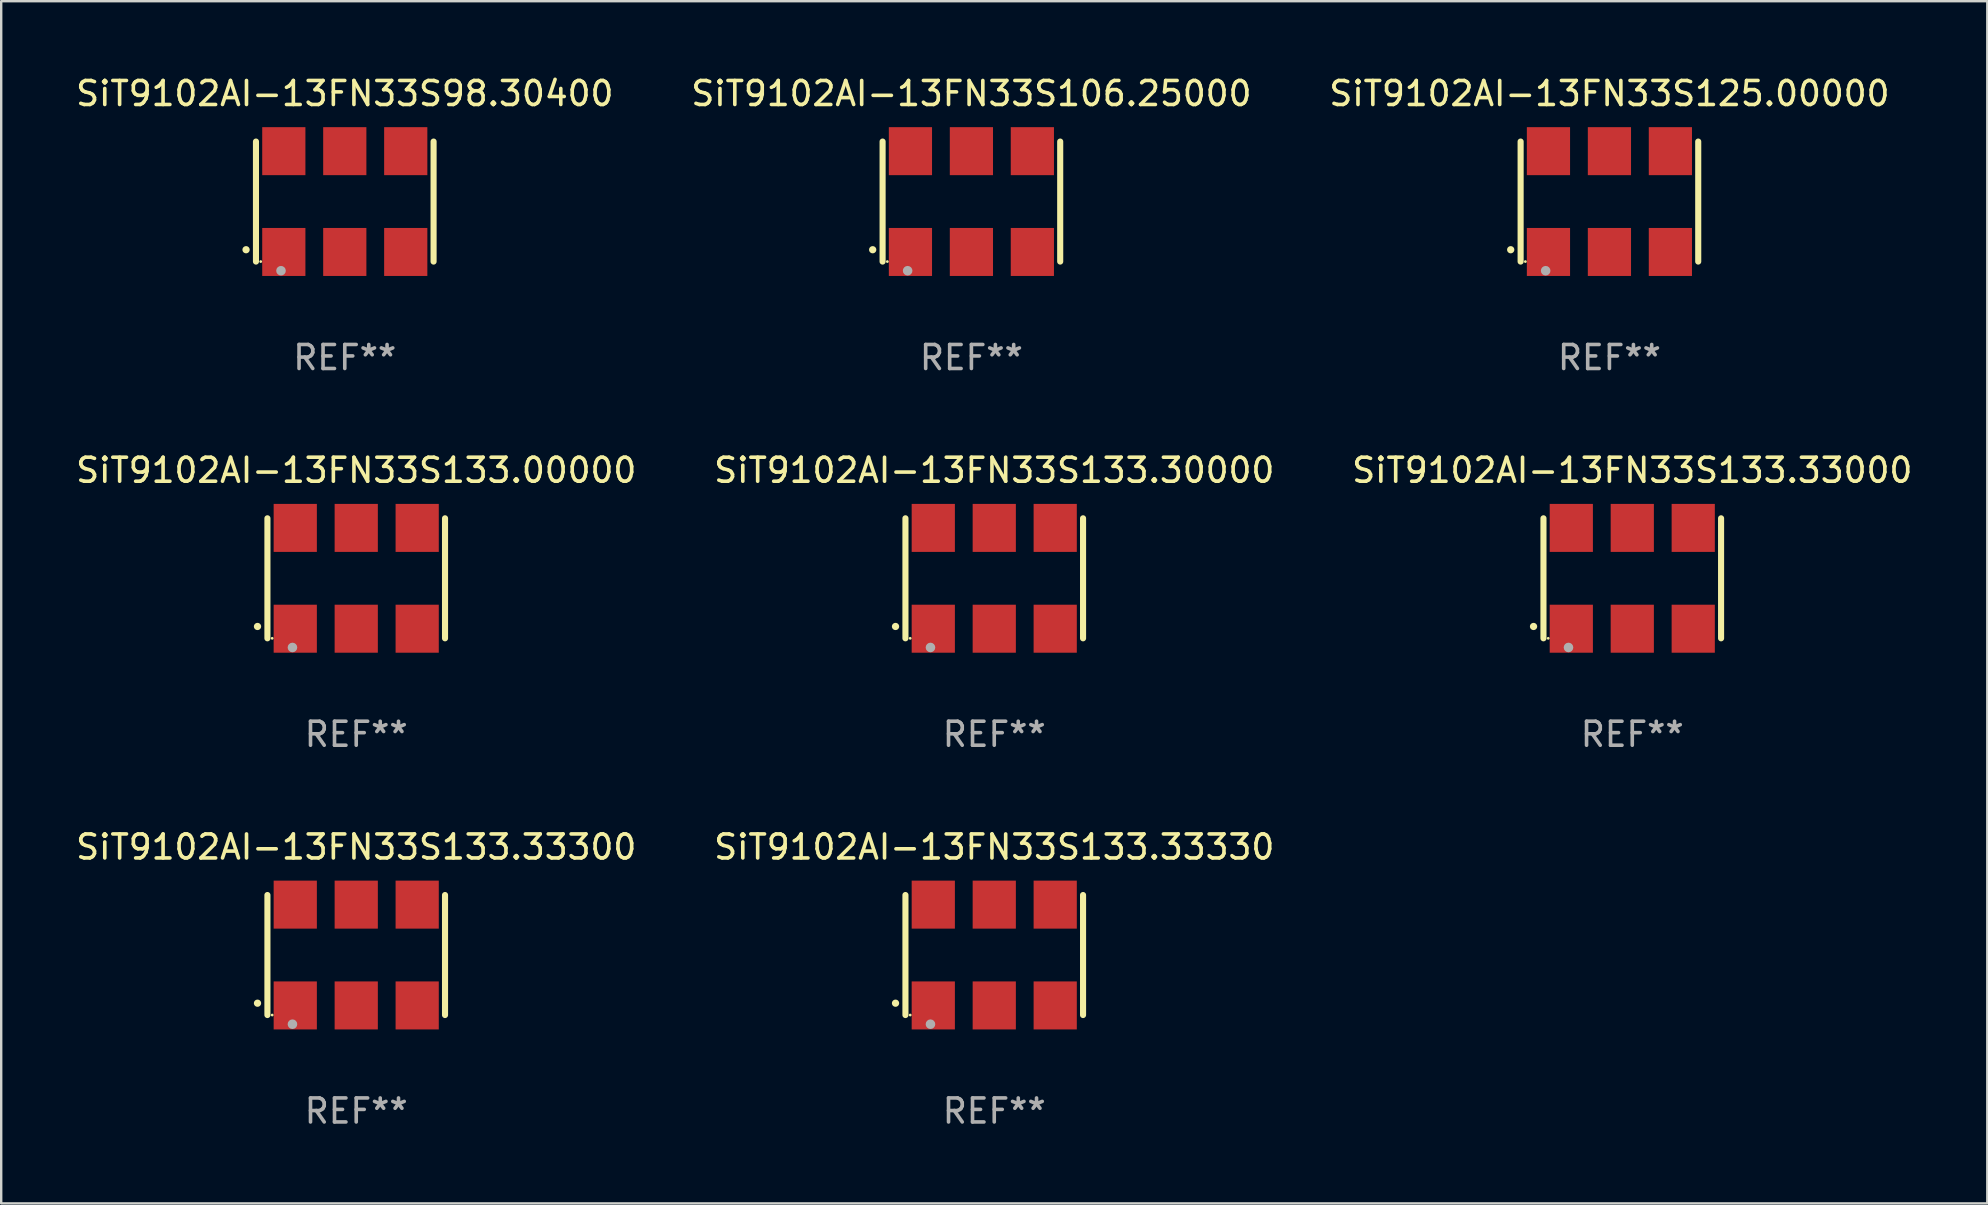
<source format=kicad_pcb>
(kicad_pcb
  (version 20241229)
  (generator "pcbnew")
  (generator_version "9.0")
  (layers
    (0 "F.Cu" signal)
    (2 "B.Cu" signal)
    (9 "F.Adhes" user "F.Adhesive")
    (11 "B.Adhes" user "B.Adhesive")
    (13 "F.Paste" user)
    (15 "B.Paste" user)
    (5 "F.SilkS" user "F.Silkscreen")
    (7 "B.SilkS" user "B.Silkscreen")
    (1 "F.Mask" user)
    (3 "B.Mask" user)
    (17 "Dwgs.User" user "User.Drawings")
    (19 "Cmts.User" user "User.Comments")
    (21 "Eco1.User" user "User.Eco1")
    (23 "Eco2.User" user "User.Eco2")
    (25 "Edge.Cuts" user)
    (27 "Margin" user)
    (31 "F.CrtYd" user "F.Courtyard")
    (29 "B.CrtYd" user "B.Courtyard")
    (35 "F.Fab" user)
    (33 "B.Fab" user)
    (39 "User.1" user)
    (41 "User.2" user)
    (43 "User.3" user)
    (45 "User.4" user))
  (footprint "SiT9102AI-13FN33S133.33330"
    (layer "F.Cu")
    (at 38.375 36.741)
    (property "Reference" "SiT9102AI-13FN33S133.33330" (at 0 -4.5 0) (layer "F.SilkS") (effects (font (size 1 1) (thickness 0.15))))
    (attr through_hole)
    (fp_line (start -3.7 -2.5) (end -3.7 2.5) (stroke (width 0.254) (type solid)) (layer "F.SilkS"))
    (fp_line (start 3.7 -2.5) (end 3.7 2.5) (stroke (width 0.254) (type solid)) (layer "F.SilkS"))
    (fp_arc (start -4.114415 2.006604) (mid -4.113145 2.006599) (end -4.111875 2.006604) (stroke (width 0.3) (type solid)) (layer "F.SilkS"))
    (fp_circle (center -3.502 2.5) (end -3.472 2.5) (stroke (width 0.06) (type solid)) (fill no) (layer "F.SilkS"))
    (fp_circle (center -2.657 2.882) (end -2.557 2.882) (stroke (width 0.2) (type solid)) (fill no) (layer "F.Fab"))
    (fp_text user "REF**" (at 0 6.5 0) (layer "F.Fab") (effects (font (size 1 1) (thickness 0.15))))
    (pad "1" smd rect (at -2.54 2.1) (size 1.8 2) (layers "F.Cu" "F.Mask" "F.Paste"))
    (pad "2" smd rect (at 0.000394 2.1) (size 1.8 2) (layers "F.Cu" "F.Mask" "F.Paste"))
    (pad "3" smd rect (at 2.54 2.1) (size 1.8 2) (layers "F.Cu" "F.Mask" "F.Paste"))
    (pad "4" smd rect (at 2.54 -2.1) (size 1.8 2) (layers "F.Cu" "F.Mask" "F.Paste"))
    (pad "5" smd rect (at 0.000394 -2.1) (size 1.8 2) (layers "F.Cu" "F.Mask" "F.Paste"))
    (pad "6" smd rect (at -2.54 -2.1) (size 1.8 2) (layers "F.Cu" "F.Mask" "F.Paste")))
  (footprint "SiT9102AI-13FN33S133.00000"
    (layer "F.Cu")
    (at 11.792 21.045)
    (property "Reference" "SiT9102AI-13FN33S133.00000" (at 0 -4.5 0) (layer "F.SilkS") (effects (font (size 1 1) (thickness 0.15))))
    (attr through_hole)
    (fp_line (start -3.7 -2.5) (end -3.7 2.5) (stroke (width 0.254) (type solid)) (layer "F.SilkS"))
    (fp_line (start 3.7 -2.5) (end 3.7 2.5) (stroke (width 0.254) (type solid)) (layer "F.SilkS"))
    (fp_arc (start -4.114415 2.006604) (mid -4.113145 2.006599) (end -4.111875 2.006604) (stroke (width 0.3) (type solid)) (layer "F.SilkS"))
    (fp_circle (center -3.502 2.5) (end -3.472 2.5) (stroke (width 0.06) (type solid)) (fill no) (layer "F.SilkS"))
    (fp_circle (center -2.657 2.882) (end -2.557 2.882) (stroke (width 0.2) (type solid)) (fill no) (layer "F.Fab"))
    (fp_text user "REF**" (at 0 6.5 0) (layer "F.Fab") (effects (font (size 1 1) (thickness 0.15))))
    (pad "1" smd rect (at -2.54 2.1) (size 1.8 2) (layers "F.Cu" "F.Mask" "F.Paste"))
    (pad "2" smd rect (at 0.000394 2.1) (size 1.8 2) (layers "F.Cu" "F.Mask" "F.Paste"))
    (pad "3" smd rect (at 2.54 2.1) (size 1.8 2) (layers "F.Cu" "F.Mask" "F.Paste"))
    (pad "4" smd rect (at 2.54 -2.1) (size 1.8 2) (layers "F.Cu" "F.Mask" "F.Paste"))
    (pad "5" smd rect (at 0.000394 -2.1) (size 1.8 2) (layers "F.Cu" "F.Mask" "F.Paste"))
    (pad "6" smd rect (at -2.54 -2.1) (size 1.8 2) (layers "F.Cu" "F.Mask" "F.Paste")))
  (footprint "SiT9102AI-13FN33S98.30400"
    (layer "F.Cu")
    (at 11.315 5.348)
    (property "Reference" "SiT9102AI-13FN33S98.30400" (at 0 -4.5 0) (layer "F.SilkS") (effects (font (size 1 1) (thickness 0.15))))
    (attr through_hole)
    (fp_line (start -3.7 -2.5) (end -3.7 2.5) (stroke (width 0.254) (type solid)) (layer "F.SilkS"))
    (fp_line (start 3.7 -2.5) (end 3.7 2.5) (stroke (width 0.254) (type solid)) (layer "F.SilkS"))
    (fp_arc (start -4.114415 2.006604) (mid -4.113145 2.006599) (end -4.111875 2.006604) (stroke (width 0.3) (type solid)) (layer "F.SilkS"))
    (fp_circle (center -3.502 2.5) (end -3.472 2.5) (stroke (width 0.06) (type solid)) (fill no) (layer "F.SilkS"))
    (fp_circle (center -2.657 2.882) (end -2.557 2.882) (stroke (width 0.2) (type solid)) (fill no) (layer "F.Fab"))
    (fp_text user "REF**" (at 0 6.5 0) (layer "F.Fab") (effects (font (size 1 1) (thickness 0.15))))
    (pad "1" smd rect (at -2.54 2.1) (size 1.8 2) (layers "F.Cu" "F.Mask" "F.Paste"))
    (pad "2" smd rect (at 0.000394 2.1) (size 1.8 2) (layers "F.Cu" "F.Mask" "F.Paste"))
    (pad "3" smd rect (at 2.54 2.1) (size 1.8 2) (layers "F.Cu" "F.Mask" "F.Paste"))
    (pad "4" smd rect (at 2.54 -2.1) (size 1.8 2) (layers "F.Cu" "F.Mask" "F.Paste"))
    (pad "5" smd rect (at 0.000394 -2.1) (size 1.8 2) (layers "F.Cu" "F.Mask" "F.Paste"))
    (pad "6" smd rect (at -2.54 -2.1) (size 1.8 2) (layers "F.Cu" "F.Mask" "F.Paste")))
  (footprint "SiT9102AI-13FN33S125.00000"
    (layer "F.Cu")
    (at 64.006 5.348)
    (property "Reference" "SiT9102AI-13FN33S125.00000" (at 0 -4.5 0) (layer "F.SilkS") (effects (font (size 1 1) (thickness 0.15))))
    (attr through_hole)
    (fp_line (start -3.7 -2.5) (end -3.7 2.5) (stroke (width 0.254) (type solid)) (layer "F.SilkS"))
    (fp_line (start 3.7 -2.5) (end 3.7 2.5) (stroke (width 0.254) (type solid)) (layer "F.SilkS"))
    (fp_arc (start -4.114415 2.006604) (mid -4.113145 2.006599) (end -4.111875 2.006604) (stroke (width 0.3) (type solid)) (layer "F.SilkS"))
    (fp_circle (center -3.502 2.5) (end -3.472 2.5) (stroke (width 0.06) (type solid)) (fill no) (layer "F.SilkS"))
    (fp_circle (center -2.657 2.882) (end -2.557 2.882) (stroke (width 0.2) (type solid)) (fill no) (layer "F.Fab"))
    (fp_text user "REF**" (at 0 6.5 0) (layer "F.Fab") (effects (font (size 1 1) (thickness 0.15))))
    (pad "1" smd rect (at -2.54 2.1) (size 1.8 2) (layers "F.Cu" "F.Mask" "F.Paste"))
    (pad "2" smd rect (at 0.000394 2.1) (size 1.8 2) (layers "F.Cu" "F.Mask" "F.Paste"))
    (pad "3" smd rect (at 2.54 2.1) (size 1.8 2) (layers "F.Cu" "F.Mask" "F.Paste"))
    (pad "4" smd rect (at 2.54 -2.1) (size 1.8 2) (layers "F.Cu" "F.Mask" "F.Paste"))
    (pad "5" smd rect (at 0.000394 -2.1) (size 1.8 2) (layers "F.Cu" "F.Mask" "F.Paste"))
    (pad "6" smd rect (at -2.54 -2.1) (size 1.8 2) (layers "F.Cu" "F.Mask" "F.Paste")))
  (footprint "SiT9102AI-13FN33S133.30000"
    (layer "F.Cu")
    (at 38.375 21.045)
    (property "Reference" "SiT9102AI-13FN33S133.30000" (at 0 -4.5 0) (layer "F.SilkS") (effects (font (size 1 1) (thickness 0.15))))
    (attr through_hole)
    (fp_line (start -3.7 -2.5) (end -3.7 2.5) (stroke (width 0.254) (type solid)) (layer "F.SilkS"))
    (fp_line (start 3.7 -2.5) (end 3.7 2.5) (stroke (width 0.254) (type solid)) (layer "F.SilkS"))
    (fp_arc (start -4.114415 2.006604) (mid -4.113145 2.006599) (end -4.111875 2.006604) (stroke (width 0.3) (type solid)) (layer "F.SilkS"))
    (fp_circle (center -3.502 2.5) (end -3.472 2.5) (stroke (width 0.06) (type solid)) (fill no) (layer "F.SilkS"))
    (fp_circle (center -2.657 2.882) (end -2.557 2.882) (stroke (width 0.2) (type solid)) (fill no) (layer "F.Fab"))
    (fp_text user "REF**" (at 0 6.5 0) (layer "F.Fab") (effects (font (size 1 1) (thickness 0.15))))
    (pad "1" smd rect (at -2.54 2.1) (size 1.8 2) (layers "F.Cu" "F.Mask" "F.Paste"))
    (pad "2" smd rect (at 0.000394 2.1) (size 1.8 2) (layers "F.Cu" "F.Mask" "F.Paste"))
    (pad "3" smd rect (at 2.54 2.1) (size 1.8 2) (layers "F.Cu" "F.Mask" "F.Paste"))
    (pad "4" smd rect (at 2.54 -2.1) (size 1.8 2) (layers "F.Cu" "F.Mask" "F.Paste"))
    (pad "5" smd rect (at 0.000394 -2.1) (size 1.8 2) (layers "F.Cu" "F.Mask" "F.Paste"))
    (pad "6" smd rect (at -2.54 -2.1) (size 1.8 2) (layers "F.Cu" "F.Mask" "F.Paste")))
  (footprint "SiT9102AI-13FN33S133.33000"
    (layer "F.Cu")
    (at 64.958 21.045)
    (property "Reference" "SiT9102AI-13FN33S133.33000" (at 0 -4.5 0) (layer "F.SilkS") (effects (font (size 1 1) (thickness 0.15))))
    (attr through_hole)
    (fp_line (start -3.7 -2.5) (end -3.7 2.5) (stroke (width 0.254) (type solid)) (layer "F.SilkS"))
    (fp_line (start 3.7 -2.5) (end 3.7 2.5) (stroke (width 0.254) (type solid)) (layer "F.SilkS"))
    (fp_arc (start -4.114415 2.006604) (mid -4.113145 2.006599) (end -4.111875 2.006604) (stroke (width 0.3) (type solid)) (layer "F.SilkS"))
    (fp_circle (center -3.502 2.5) (end -3.472 2.5) (stroke (width 0.06) (type solid)) (fill no) (layer "F.SilkS"))
    (fp_circle (center -2.657 2.882) (end -2.557 2.882) (stroke (width 0.2) (type solid)) (fill no) (layer "F.Fab"))
    (fp_text user "REF**" (at 0 6.5 0) (layer "F.Fab") (effects (font (size 1 1) (thickness 0.15))))
    (pad "1" smd rect (at -2.54 2.1) (size 1.8 2) (layers "F.Cu" "F.Mask" "F.Paste"))
    (pad "2" smd rect (at 0.000394 2.1) (size 1.8 2) (layers "F.Cu" "F.Mask" "F.Paste"))
    (pad "3" smd rect (at 2.54 2.1) (size 1.8 2) (layers "F.Cu" "F.Mask" "F.Paste"))
    (pad "4" smd rect (at 2.54 -2.1) (size 1.8 2) (layers "F.Cu" "F.Mask" "F.Paste"))
    (pad "5" smd rect (at 0.000394 -2.1) (size 1.8 2) (layers "F.Cu" "F.Mask" "F.Paste"))
    (pad "6" smd rect (at -2.54 -2.1) (size 1.8 2) (layers "F.Cu" "F.Mask" "F.Paste")))
  (footprint "SiT9102AI-13FN33S106.25000"
    (layer "F.Cu")
    (at 37.423 5.348)
    (property "Reference" "SiT9102AI-13FN33S106.25000" (at 0 -4.5 0) (layer "F.SilkS") (effects (font (size 1 1) (thickness 0.15))))
    (attr through_hole)
    (fp_line (start -3.7 -2.5) (end -3.7 2.5) (stroke (width 0.254) (type solid)) (layer "F.SilkS"))
    (fp_line (start 3.7 -2.5) (end 3.7 2.5) (stroke (width 0.254) (type solid)) (layer "F.SilkS"))
    (fp_arc (start -4.114415 2.006604) (mid -4.113145 2.006599) (end -4.111875 2.006604) (stroke (width 0.3) (type solid)) (layer "F.SilkS"))
    (fp_circle (center -3.502 2.5) (end -3.472 2.5) (stroke (width 0.06) (type solid)) (fill no) (layer "F.SilkS"))
    (fp_circle (center -2.657 2.882) (end -2.557 2.882) (stroke (width 0.2) (type solid)) (fill no) (layer "F.Fab"))
    (fp_text user "REF**" (at 0 6.5 0) (layer "F.Fab") (effects (font (size 1 1) (thickness 0.15))))
    (pad "1" smd rect (at -2.54 2.1) (size 1.8 2) (layers "F.Cu" "F.Mask" "F.Paste"))
    (pad "2" smd rect (at 0.000394 2.1) (size 1.8 2) (layers "F.Cu" "F.Mask" "F.Paste"))
    (pad "3" smd rect (at 2.54 2.1) (size 1.8 2) (layers "F.Cu" "F.Mask" "F.Paste"))
    (pad "4" smd rect (at 2.54 -2.1) (size 1.8 2) (layers "F.Cu" "F.Mask" "F.Paste"))
    (pad "5" smd rect (at 0.000394 -2.1) (size 1.8 2) (layers "F.Cu" "F.Mask" "F.Paste"))
    (pad "6" smd rect (at -2.54 -2.1) (size 1.8 2) (layers "F.Cu" "F.Mask" "F.Paste")))
  (footprint "SiT9102AI-13FN33S133.33300"
    (layer "F.Cu")
    (at 11.792 36.741)
    (property "Reference" "SiT9102AI-13FN33S133.33300" (at 0 -4.5 0) (layer "F.SilkS") (effects (font (size 1 1) (thickness 0.15))))
    (attr through_hole)
    (fp_line (start -3.7 -2.5) (end -3.7 2.5) (stroke (width 0.254) (type solid)) (layer "F.SilkS"))
    (fp_line (start 3.7 -2.5) (end 3.7 2.5) (stroke (width 0.254) (type solid)) (layer "F.SilkS"))
    (fp_arc (start -4.114415 2.006604) (mid -4.113145 2.006599) (end -4.111875 2.006604) (stroke (width 0.3) (type solid)) (layer "F.SilkS"))
    (fp_circle (center -3.502 2.5) (end -3.472 2.5) (stroke (width 0.06) (type solid)) (fill no) (layer "F.SilkS"))
    (fp_circle (center -2.657 2.882) (end -2.557 2.882) (stroke (width 0.2) (type solid)) (fill no) (layer "F.Fab"))
    (fp_text user "REF**" (at 0 6.5 0) (layer "F.Fab") (effects (font (size 1 1) (thickness 0.15))))
    (pad "1" smd rect (at -2.54 2.1) (size 1.8 2) (layers "F.Cu" "F.Mask" "F.Paste"))
    (pad "2" smd rect (at 0.000394 2.1) (size 1.8 2) (layers "F.Cu" "F.Mask" "F.Paste"))
    (pad "3" smd rect (at 2.54 2.1) (size 1.8 2) (layers "F.Cu" "F.Mask" "F.Paste"))
    (pad "4" smd rect (at 2.54 -2.1) (size 1.8 2) (layers "F.Cu" "F.Mask" "F.Paste"))
    (pad "5" smd rect (at 0.000394 -2.1) (size 1.8 2) (layers "F.Cu" "F.Mask" "F.Paste"))
    (pad "6" smd rect (at -2.54 -2.1) (size 1.8 2) (layers "F.Cu" "F.Mask" "F.Paste")))
  (gr_rect
    (start -3 -3)
    (end 79.75 47.09)
    (stroke (width 0.1) (type default))
    (fill no)
    (layer "Edge.Cuts")))
</source>
